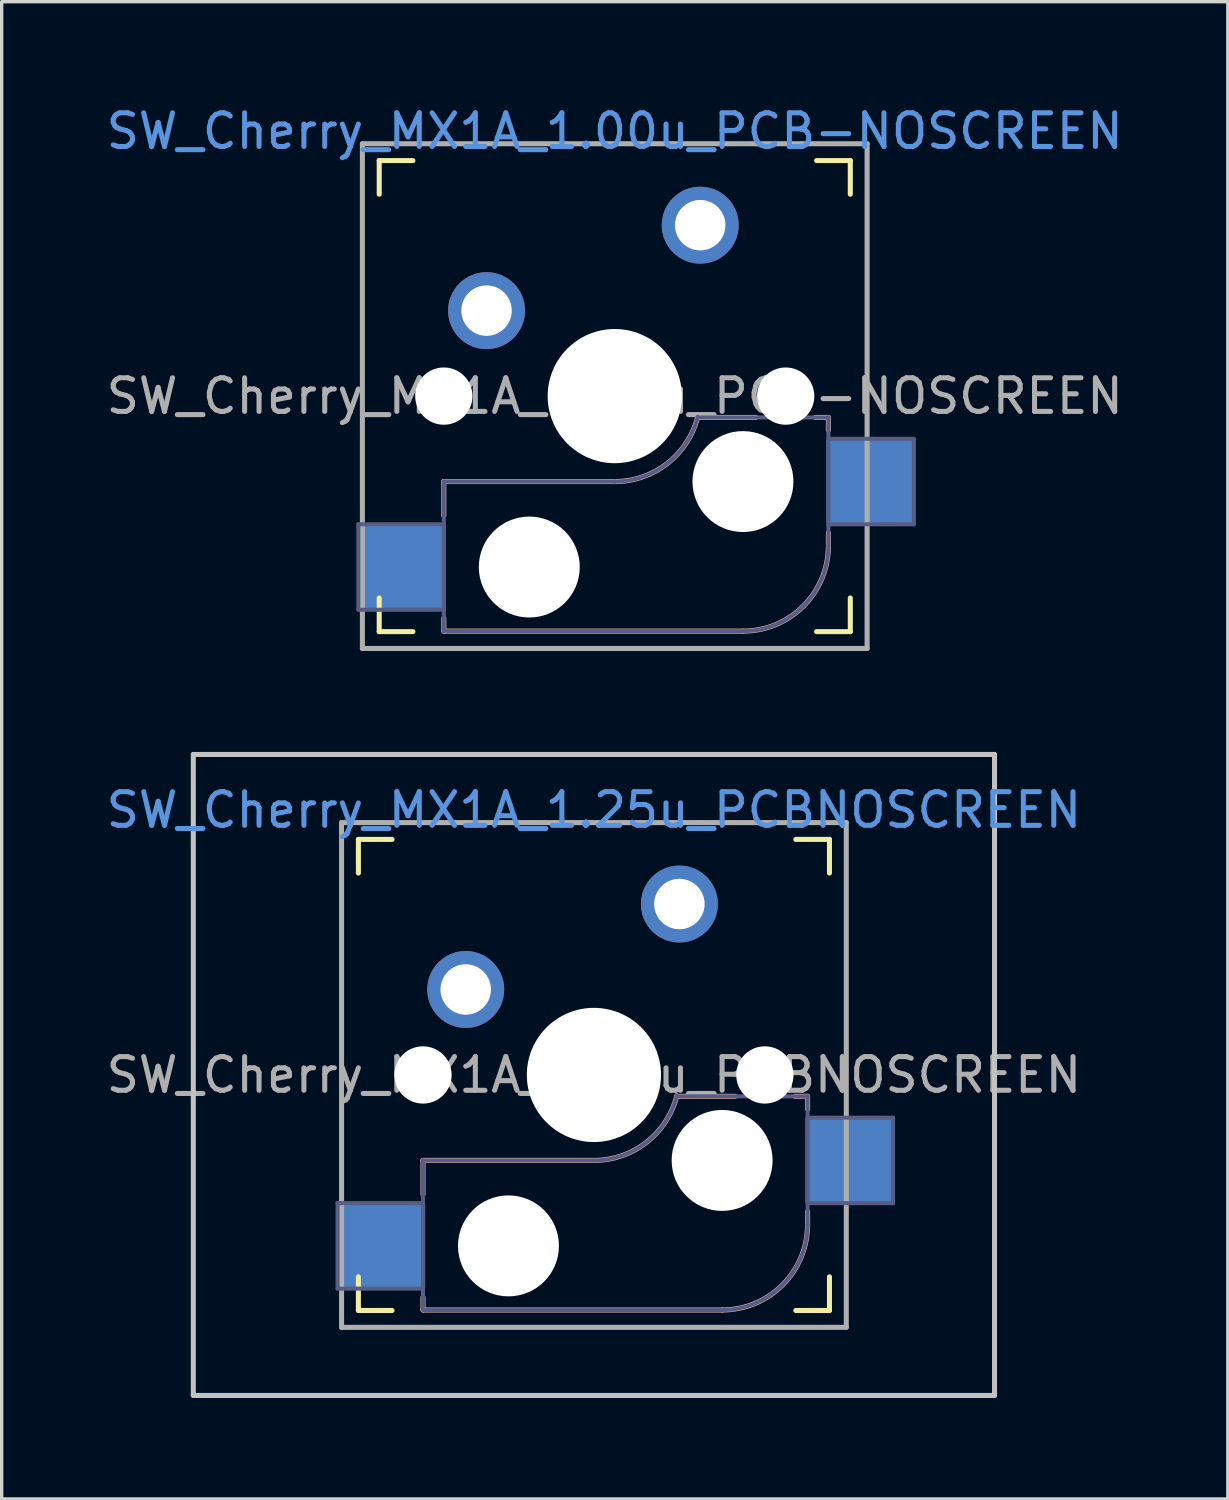
<source format=kicad_pcb>
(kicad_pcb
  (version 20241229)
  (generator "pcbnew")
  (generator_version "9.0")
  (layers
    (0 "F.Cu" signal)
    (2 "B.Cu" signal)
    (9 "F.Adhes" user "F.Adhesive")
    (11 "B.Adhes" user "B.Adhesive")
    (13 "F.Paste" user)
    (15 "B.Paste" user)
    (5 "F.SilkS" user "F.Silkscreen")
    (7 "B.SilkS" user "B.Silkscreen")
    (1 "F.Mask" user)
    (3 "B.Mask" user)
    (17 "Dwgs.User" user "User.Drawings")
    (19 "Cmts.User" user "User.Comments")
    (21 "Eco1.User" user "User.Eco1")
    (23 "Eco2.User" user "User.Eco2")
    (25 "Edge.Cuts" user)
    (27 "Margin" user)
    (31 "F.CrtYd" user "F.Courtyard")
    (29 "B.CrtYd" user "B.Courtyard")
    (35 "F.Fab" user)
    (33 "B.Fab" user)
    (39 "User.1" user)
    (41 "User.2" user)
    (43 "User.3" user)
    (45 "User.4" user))
  (footprint "SW_Cherry_MX1A_1.25u_PCBNOSCREEN"
    (layer "F.Cu")
    (at 17.141 23.817)
    (property "Reference" "SW_Cherry_MX1A_1.25u_PCBNOSCREEN" (at -2.54 -2.794 0) (layer "Cmts.User") (effects (font (size 1 1) (thickness 0.15))))
    (attr through_hole)
    (fp_line (start -9.54 -0.92) (end -9.54 -1.92) (stroke (width 0.15) (type solid)) (layer "F.SilkS"))
    (fp_line (start -9.54 12.08) (end -9.54 11.08) (stroke (width 0.15) (type solid)) (layer "F.SilkS"))
    (fp_line (start -9.54 12.08) (end -8.54 12.08) (stroke (width 0.15) (type solid)) (layer "F.SilkS"))
    (fp_line (start -8.54 -1.92) (end -9.54 -1.92) (stroke (width 0.15) (type solid)) (layer "F.SilkS"))
    (fp_line (start 3.46 12.08) (end 4.46 12.08) (stroke (width 0.15) (type solid)) (layer "F.SilkS"))
    (fp_line (start 4.46 -1.92) (end 3.46 -1.92) (stroke (width 0.15) (type solid)) (layer "F.SilkS"))
    (fp_line (start 4.46 -1.92) (end 4.46 -0.92) (stroke (width 0.15) (type solid)) (layer "F.SilkS"))
    (fp_line (start 4.46 11.08) (end 4.46 12.08) (stroke (width 0.15) (type solid)) (layer "F.SilkS"))
    (fp_line (start -7.62 7.62) (end -7.62 8.636) (stroke (width 0.15) (type solid)) (layer "B.SilkS"))
    (fp_line (start -7.62 11.684) (end -7.62 12.065) (stroke (width 0.15) (type solid)) (layer "B.SilkS"))
    (fp_line (start -7.62 12.065) (end 1.27 12.065) (stroke (width 0.15) (type solid)) (layer "B.SilkS"))
    (fp_line (start -2.54 7.62) (end -7.62 7.62) (stroke (width 0.15) (type solid)) (layer "B.SilkS"))
    (fp_line (start 1.651 5.715) (end 0 5.715) (stroke (width 0.15) (type solid)) (layer "B.SilkS"))
    (fp_line (start 3.81 5.715) (end 3.429 5.715) (stroke (width 0.15) (type solid)) (layer "B.SilkS"))
    (fp_line (start 3.81 6.096) (end 3.81 5.715) (stroke (width 0.15) (type solid)) (layer "B.SilkS"))
    (fp_line (start 3.81 9.525) (end 3.81 9.144) (stroke (width 0.15) (type solid)) (layer "B.SilkS"))
    (fp_arc (start -0.075838 5.69604) (mid -0.976853 7.082042) (end -2.54 7.62) (stroke (width 0.15) (type solid)) (layer "B.SilkS"))
    (fp_arc (start 3.81 9.525) (mid 3.066051 11.321051) (end 1.27 12.065) (stroke (width 0.15) (type solid)) (layer "B.SilkS"))
    (fp_line (start -14.446 -4.445) (end 9.366 -4.445) (stroke (width 0.15) (type solid)) (layer "Dwgs.User"))
    (fp_line (start -14.446 14.605) (end -14.446 -4.445) (stroke (width 0.15) (type solid)) (layer "Dwgs.User"))
    (fp_line (start 9.366 -4.445) (end 9.366 14.605) (stroke (width 0.15) (type solid)) (layer "Dwgs.User"))
    (fp_line (start 9.366 14.605) (end -14.446 14.605) (stroke (width 0.15) (type solid)) (layer "Dwgs.User"))
    (fp_line (start -9.44 11.98) (end -9.44 -1.82) (stroke (width 0.15) (type solid)) (layer "Eco2.User"))
    (fp_line (start -9.44 11.98) (end 4.36 11.98) (stroke (width 0.15) (type solid)) (layer "Eco2.User"))
    (fp_line (start 4.36 -1.82) (end -9.44 -1.82) (stroke (width 0.15) (type solid)) (layer "Eco2.User"))
    (fp_line (start 4.36 -1.82) (end 4.36 11.98) (stroke (width 0.15) (type solid)) (layer "Eco2.User"))
    (fp_line (start -10.16 8.89) (end -10.16 11.43) (stroke (width 0.12) (type solid)) (layer "B.Fab"))
    (fp_line (start -10.16 11.43) (end -7.62 11.43) (stroke (width 0.12) (type solid)) (layer "B.Fab"))
    (fp_line (start -7.62 7.62) (end -7.62 12.065) (stroke (width 0.12) (type solid)) (layer "B.Fab"))
    (fp_line (start -7.62 8.89) (end -10.16 8.89) (stroke (width 0.12) (type solid)) (layer "B.Fab"))
    (fp_line (start -7.62 12.065) (end 1.27 12.065) (stroke (width 0.12) (type solid)) (layer "B.Fab"))
    (fp_line (start -2.54 7.62) (end -7.62 7.62) (stroke (width 0.12) (type solid)) (layer "B.Fab"))
    (fp_line (start 3.81 5.715) (end 0 5.715) (stroke (width 0.12) (type solid)) (layer "B.Fab"))
    (fp_line (start 3.81 8.89) (end 6.35 8.89) (stroke (width 0.12) (type solid)) (layer "B.Fab"))
    (fp_line (start 3.81 9.525) (end 3.81 5.715) (stroke (width 0.12) (type solid)) (layer "B.Fab"))
    (fp_line (start 6.35 6.35) (end 3.81 6.35) (stroke (width 0.12) (type solid)) (layer "B.Fab"))
    (fp_line (start 6.35 8.89) (end 6.35 6.35) (stroke (width 0.12) (type solid)) (layer "B.Fab"))
    (fp_arc (start -0.075838 5.69604) (mid -0.976853 7.082042) (end -2.54 7.62) (stroke (width 0.12) (type solid)) (layer "B.Fab"))
    (fp_arc (start 3.81 9.525) (mid 3.066051 11.321051) (end 1.27 12.065) (stroke (width 0.12) (type solid)) (layer "B.Fab"))
    (fp_line (start -10.04 -2.42) (end 4.96 -2.42) (stroke (width 0.15) (type solid)) (layer "F.Fab"))
    (fp_line (start -10.04 12.58) (end -10.04 -2.42) (stroke (width 0.15) (type solid)) (layer "F.Fab"))
    (fp_line (start 4.96 -2.42) (end 4.96 12.58) (stroke (width 0.15) (type solid)) (layer "F.Fab"))
    (fp_line (start 4.96 12.58) (end -10.04 12.58) (stroke (width 0.15) (type solid)) (layer "F.Fab"))
    (fp_text user "${REFERENCE}" (at -2.54 5.08 0) (layer "F.Fab") (effects (font (size 1 1) (thickness 0.15))))
    (pad "" np_thru_hole circle (at -7.62 5.08) (size 1.702 1.702) (drill 1.702) (layers "*.Cu" "*.Mask"))
    (pad "" np_thru_hole circle (at -5.08 10.16) (size 3 3) (drill 3) (layers "*.Cu" "*.Mask"))
    (pad "" np_thru_hole circle (at -2.54 5.08) (size 3.988 3.988) (drill 3.988) (layers "*.Cu" "*.Mask"))
    (pad "" np_thru_hole circle (at 1.27 7.62) (size 3 3) (drill 3) (layers "*.Cu" "*.Mask"))
    (pad "" np_thru_hole circle (at 2.54 5.08) (size 1.702 1.702) (drill 1.702) (layers "*.Cu" "*.Mask"))
    (pad "1" smd rect (at -8.83 10.16) (size 2.55 2.5) (layers "B.Cu" "B.Mask" "B.Paste"))
    (pad "1" thru_hole circle (at 0 0) (size 2.286 2.286) (drill 1.499) (layers "*.Cu" "*.Mask"))
    (pad "2" thru_hole circle (at -6.35 2.54) (size 2.286 2.286) (drill 1.499) (layers "*.Cu" "*.Mask"))
    (pad "2" smd rect (at 5.02 7.62) (size 2.55 2.5) (layers "B.Cu" "B.Mask" "B.Paste")))
  (footprint "SW_Cherry_MX1A_1.00u_PCB-NOSCREEN"
    (layer "F.Cu")
    (at 17.76 3.642)
    (property "Reference" "SW_Cherry_MX1A_1.00u_PCB-NOSCREEN" (at -2.54 -2.794 0) (layer "Cmts.User") (effects (font (size 1 1) (thickness 0.15))))
    (attr through_hole)
    (fp_line (start -9.54 -0.92) (end -9.54 -1.92) (stroke (width 0.15) (type solid)) (layer "F.SilkS"))
    (fp_line (start -9.54 12.08) (end -9.54 11.08) (stroke (width 0.15) (type solid)) (layer "F.SilkS"))
    (fp_line (start -9.54 12.08) (end -8.54 12.08) (stroke (width 0.15) (type solid)) (layer "F.SilkS"))
    (fp_line (start -8.54 -1.92) (end -9.54 -1.92) (stroke (width 0.15) (type solid)) (layer "F.SilkS"))
    (fp_line (start 3.46 12.08) (end 4.46 12.08) (stroke (width 0.15) (type solid)) (layer "F.SilkS"))
    (fp_line (start 4.46 -1.92) (end 3.46 -1.92) (stroke (width 0.15) (type solid)) (layer "F.SilkS"))
    (fp_line (start 4.46 -1.92) (end 4.46 -0.92) (stroke (width 0.15) (type solid)) (layer "F.SilkS"))
    (fp_line (start 4.46 11.08) (end 4.46 12.08) (stroke (width 0.15) (type solid)) (layer "F.SilkS"))
    (fp_line (start -7.62 7.62) (end -7.62 8.636) (stroke (width 0.15) (type solid)) (layer "B.SilkS"))
    (fp_line (start -7.62 11.684) (end -7.62 12.065) (stroke (width 0.15) (type solid)) (layer "B.SilkS"))
    (fp_line (start -7.62 12.065) (end 1.27 12.065) (stroke (width 0.15) (type solid)) (layer "B.SilkS"))
    (fp_line (start -2.54 7.62) (end -7.62 7.62) (stroke (width 0.15) (type solid)) (layer "B.SilkS"))
    (fp_line (start 1.651 5.715) (end 0 5.715) (stroke (width 0.15) (type solid)) (layer "B.SilkS"))
    (fp_line (start 3.81 5.715) (end 3.429 5.715) (stroke (width 0.15) (type solid)) (layer "B.SilkS"))
    (fp_line (start 3.81 6.096) (end 3.81 5.715) (stroke (width 0.15) (type solid)) (layer "B.SilkS"))
    (fp_line (start 3.81 9.525) (end 3.81 9.144) (stroke (width 0.15) (type solid)) (layer "B.SilkS"))
    (fp_arc (start -0.075838 5.69604) (mid -0.976853 7.082042) (end -2.54 7.62) (stroke (width 0.15) (type solid)) (layer "B.SilkS"))
    (fp_arc (start 3.81 9.525) (mid 3.066051 11.321051) (end 1.27 12.065) (stroke (width 0.15) (type solid)) (layer "B.SilkS"))
    (fp_line (start -9.44 11.98) (end -9.44 -1.82) (stroke (width 0.15) (type solid)) (layer "Eco2.User"))
    (fp_line (start -9.44 11.98) (end 4.36 11.98) (stroke (width 0.15) (type solid)) (layer "Eco2.User"))
    (fp_line (start 4.36 -1.82) (end -9.44 -1.82) (stroke (width 0.15) (type solid)) (layer "Eco2.User"))
    (fp_line (start 4.36 -1.82) (end 4.36 11.98) (stroke (width 0.15) (type solid)) (layer "Eco2.User"))
    (fp_line (start -10.16 8.89) (end -10.16 11.43) (stroke (width 0.12) (type solid)) (layer "B.Fab"))
    (fp_line (start -10.16 11.43) (end -7.62 11.43) (stroke (width 0.12) (type solid)) (layer "B.Fab"))
    (fp_line (start -7.62 7.62) (end -7.62 12.065) (stroke (width 0.12) (type solid)) (layer "B.Fab"))
    (fp_line (start -7.62 8.89) (end -10.16 8.89) (stroke (width 0.12) (type solid)) (layer "B.Fab"))
    (fp_line (start -7.62 12.065) (end 1.27 12.065) (stroke (width 0.12) (type solid)) (layer "B.Fab"))
    (fp_line (start -2.54 7.62) (end -7.62 7.62) (stroke (width 0.12) (type solid)) (layer "B.Fab"))
    (fp_line (start 3.81 5.715) (end 0 5.715) (stroke (width 0.12) (type solid)) (layer "B.Fab"))
    (fp_line (start 3.81 8.89) (end 6.35 8.89) (stroke (width 0.12) (type solid)) (layer "B.Fab"))
    (fp_line (start 3.81 9.525) (end 3.81 5.715) (stroke (width 0.12) (type solid)) (layer "B.Fab"))
    (fp_line (start 6.35 6.35) (end 3.81 6.35) (stroke (width 0.12) (type solid)) (layer "B.Fab"))
    (fp_line (start 6.35 8.89) (end 6.35 6.35) (stroke (width 0.12) (type solid)) (layer "B.Fab"))
    (fp_arc (start -0.075838 5.69604) (mid -0.976853 7.082042) (end -2.54 7.62) (stroke (width 0.12) (type solid)) (layer "B.Fab"))
    (fp_arc (start 3.81 9.525) (mid 3.066051 11.321051) (end 1.27 12.065) (stroke (width 0.12) (type solid)) (layer "B.Fab"))
    (fp_line (start -10.04 -2.42) (end 4.96 -2.42) (stroke (width 0.15) (type solid)) (layer "F.Fab"))
    (fp_line (start -10.04 12.58) (end -10.04 -2.42) (stroke (width 0.15) (type solid)) (layer "F.Fab"))
    (fp_line (start 4.96 -2.42) (end 4.96 12.58) (stroke (width 0.15) (type solid)) (layer "F.Fab"))
    (fp_line (start 4.96 12.58) (end -10.04 12.58) (stroke (width 0.15) (type solid)) (layer "F.Fab"))
    (fp_text user "${REFERENCE}" (at -2.54 5.08 0) (layer "F.Fab") (effects (font (size 1 1) (thickness 0.15))))
    (pad "" np_thru_hole circle (at -7.62 5.08) (size 1.702 1.702) (drill 1.702) (layers "*.Cu" "*.Mask"))
    (pad "" np_thru_hole circle (at -5.08 10.16) (size 3 3) (drill 3) (layers "*.Cu" "*.Mask"))
    (pad "" np_thru_hole circle (at -2.54 5.08) (size 3.988 3.988) (drill 3.988) (layers "*.Cu" "*.Mask"))
    (pad "" np_thru_hole circle (at 1.27 7.62) (size 3 3) (drill 3) (layers "*.Cu" "*.Mask"))
    (pad "" np_thru_hole circle (at 2.54 5.08) (size 1.702 1.702) (drill 1.702) (layers "*.Cu" "*.Mask"))
    (pad "1" smd rect (at -8.83 10.16) (size 2.55 2.5) (layers "B.Cu" "B.Mask" "B.Paste"))
    (pad "1" thru_hole circle (at 0 0) (size 2.286 2.286) (drill 1.499) (layers "*.Cu" "*.Mask"))
    (pad "2" thru_hole circle (at -6.35 2.54) (size 2.286 2.286) (drill 1.499) (layers "*.Cu" "*.Mask"))
    (pad "2" smd rect (at 5.02 7.62) (size 2.55 2.5) (layers "B.Cu" "B.Mask" "B.Paste")))
  (gr_rect
    (start -3 -3)
    (end 33.44 41.497)
    (stroke (width 0.1) (type default))
    (fill no)
    (layer "Edge.Cuts")))
</source>
